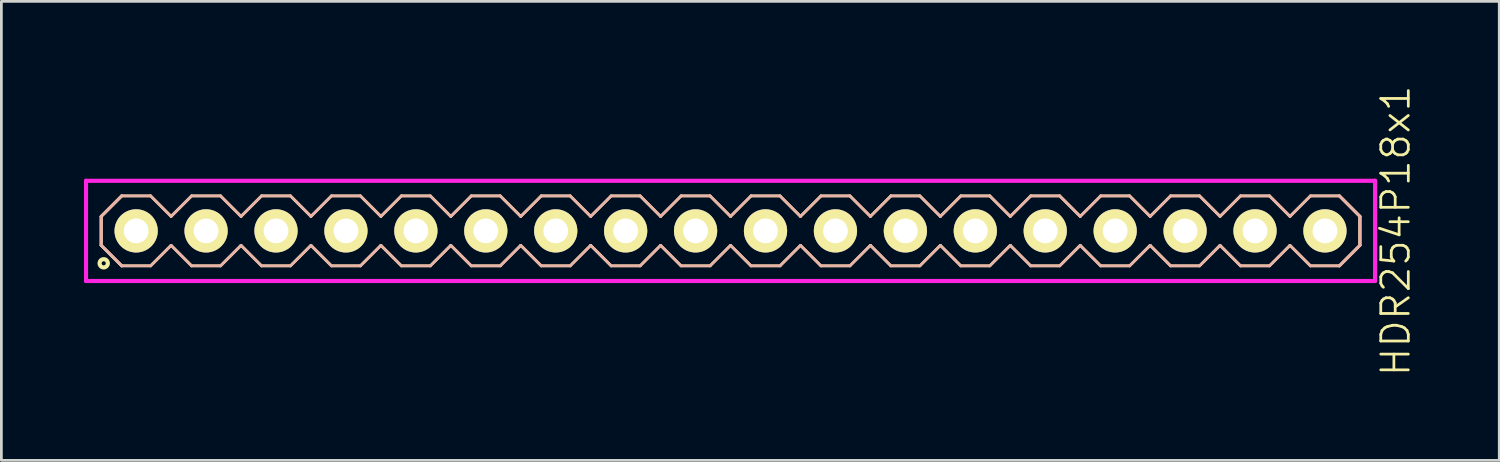
<source format=kicad_pcb>
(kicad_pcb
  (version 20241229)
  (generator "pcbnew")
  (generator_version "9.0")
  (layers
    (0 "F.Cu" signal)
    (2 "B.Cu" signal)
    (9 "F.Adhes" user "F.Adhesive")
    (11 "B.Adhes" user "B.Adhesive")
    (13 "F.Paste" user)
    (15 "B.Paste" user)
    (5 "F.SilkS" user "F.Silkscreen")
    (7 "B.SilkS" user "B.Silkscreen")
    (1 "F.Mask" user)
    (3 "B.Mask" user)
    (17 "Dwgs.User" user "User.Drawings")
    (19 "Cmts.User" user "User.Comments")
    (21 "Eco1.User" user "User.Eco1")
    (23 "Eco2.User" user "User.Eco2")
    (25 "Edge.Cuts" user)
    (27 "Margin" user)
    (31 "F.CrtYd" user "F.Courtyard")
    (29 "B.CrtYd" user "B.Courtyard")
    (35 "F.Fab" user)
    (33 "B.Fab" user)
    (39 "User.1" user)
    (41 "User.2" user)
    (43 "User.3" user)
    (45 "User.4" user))
  (footprint "HDR254P18x1"
    (layer "F.Cu")
    (at 23.485 5.336)
    (property "Reference" "HDR254P18x1" (at 24.16 0 90) (layer "F.SilkS") (effects (font (size 1 1) (thickness 0.1))))
    (attr through_hole)
    (fp_line (start -22.86 -0.526) (end -22.116 -1.27) (stroke (width 0.1) (type solid)) (layer "F.SilkS"))
    (fp_line (start -22.86 -0.526) (end -22.116 -1.27) (stroke (width 0.1) (type solid)) (layer "F.SilkS"))
    (fp_line (start -22.86 0.526) (end -22.86 -0.526) (stroke (width 0.1) (type solid)) (layer "F.SilkS"))
    (fp_line (start -22.86 0.526) (end -22.86 -0.526) (stroke (width 0.1) (type solid)) (layer "F.SilkS"))
    (fp_line (start -22.116 -1.27) (end -21.064 -1.27) (stroke (width 0.1) (type solid)) (layer "F.SilkS"))
    (fp_line (start -22.116 1.27) (end -22.86 0.526) (stroke (width 0.1) (type solid)) (layer "F.SilkS"))
    (fp_line (start -22.116 1.27) (end -22.86 0.526) (stroke (width 0.1) (type solid)) (layer "F.SilkS"))
    (fp_line (start -21.064 -1.27) (end -20.32 -0.526) (stroke (width 0.1) (type solid)) (layer "F.SilkS"))
    (fp_line (start -21.064 1.27) (end -22.116 1.27) (stroke (width 0.1) (type solid)) (layer "F.SilkS"))
    (fp_line (start -20.32 -0.526) (end -19.576 -1.27) (stroke (width 0.1) (type solid)) (layer "F.SilkS"))
    (fp_line (start -20.32 0.526) (end -21.064 1.27) (stroke (width 0.1) (type solid)) (layer "F.SilkS"))
    (fp_line (start -19.576 -1.27) (end -18.524 -1.27) (stroke (width 0.1) (type solid)) (layer "F.SilkS"))
    (fp_line (start -19.576 1.27) (end -20.32 0.526) (stroke (width 0.1) (type solid)) (layer "F.SilkS"))
    (fp_line (start -18.524 -1.27) (end -17.78 -0.526) (stroke (width 0.1) (type solid)) (layer "F.SilkS"))
    (fp_line (start -18.524 1.27) (end -19.576 1.27) (stroke (width 0.1) (type solid)) (layer "F.SilkS"))
    (fp_line (start -17.78 -0.526) (end -17.036 -1.27) (stroke (width 0.1) (type solid)) (layer "F.SilkS"))
    (fp_line (start -17.78 0.526) (end -18.524 1.27) (stroke (width 0.1) (type solid)) (layer "F.SilkS"))
    (fp_line (start -17.036 -1.27) (end -15.984 -1.27) (stroke (width 0.1) (type solid)) (layer "F.SilkS"))
    (fp_line (start -17.036 1.27) (end -17.78 0.526) (stroke (width 0.1) (type solid)) (layer "F.SilkS"))
    (fp_line (start -15.984 -1.27) (end -15.24 -0.526) (stroke (width 0.1) (type solid)) (layer "F.SilkS"))
    (fp_line (start -15.984 1.27) (end -17.036 1.27) (stroke (width 0.1) (type solid)) (layer "F.SilkS"))
    (fp_line (start -15.24 -0.526) (end -14.496 -1.27) (stroke (width 0.1) (type solid)) (layer "F.SilkS"))
    (fp_line (start -15.24 0.526) (end -15.984 1.27) (stroke (width 0.1) (type solid)) (layer "F.SilkS"))
    (fp_line (start -14.496 -1.27) (end -13.444 -1.27) (stroke (width 0.1) (type solid)) (layer "F.SilkS"))
    (fp_line (start -14.496 1.27) (end -15.24 0.526) (stroke (width 0.1) (type solid)) (layer "F.SilkS"))
    (fp_line (start -13.444 -1.27) (end -12.7 -0.526) (stroke (width 0.1) (type solid)) (layer "F.SilkS"))
    (fp_line (start -13.444 1.27) (end -14.496 1.27) (stroke (width 0.1) (type solid)) (layer "F.SilkS"))
    (fp_line (start -12.7 -0.526) (end -11.956 -1.27) (stroke (width 0.1) (type solid)) (layer "F.SilkS"))
    (fp_line (start -12.7 0.526) (end -13.444 1.27) (stroke (width 0.1) (type solid)) (layer "F.SilkS"))
    (fp_line (start -11.956 -1.27) (end -10.904 -1.27) (stroke (width 0.1) (type solid)) (layer "F.SilkS"))
    (fp_line (start -11.956 1.27) (end -12.7 0.526) (stroke (width 0.1) (type solid)) (layer "F.SilkS"))
    (fp_line (start -10.904 -1.27) (end -10.16 -0.526) (stroke (width 0.1) (type solid)) (layer "F.SilkS"))
    (fp_line (start -10.904 1.27) (end -11.956 1.27) (stroke (width 0.1) (type solid)) (layer "F.SilkS"))
    (fp_line (start -10.16 -0.526) (end -9.416 -1.27) (stroke (width 0.1) (type solid)) (layer "F.SilkS"))
    (fp_line (start -10.16 0.526) (end -10.904 1.27) (stroke (width 0.1) (type solid)) (layer "F.SilkS"))
    (fp_line (start -9.416 -1.27) (end -8.364 -1.27) (stroke (width 0.1) (type solid)) (layer "F.SilkS"))
    (fp_line (start -9.416 1.27) (end -10.16 0.526) (stroke (width 0.1) (type solid)) (layer "F.SilkS"))
    (fp_line (start -8.364 -1.27) (end -7.62 -0.526) (stroke (width 0.1) (type solid)) (layer "F.SilkS"))
    (fp_line (start -8.364 1.27) (end -9.416 1.27) (stroke (width 0.1) (type solid)) (layer "F.SilkS"))
    (fp_line (start -7.62 -0.526) (end -6.876 -1.27) (stroke (width 0.1) (type solid)) (layer "F.SilkS"))
    (fp_line (start -7.62 0.526) (end -8.364 1.27) (stroke (width 0.1) (type solid)) (layer "F.SilkS"))
    (fp_line (start -6.876 -1.27) (end -5.824 -1.27) (stroke (width 0.1) (type solid)) (layer "F.SilkS"))
    (fp_line (start -6.876 1.27) (end -7.62 0.526) (stroke (width 0.1) (type solid)) (layer "F.SilkS"))
    (fp_line (start -5.824 -1.27) (end -5.08 -0.526) (stroke (width 0.1) (type solid)) (layer "F.SilkS"))
    (fp_line (start -5.824 1.27) (end -6.876 1.27) (stroke (width 0.1) (type solid)) (layer "F.SilkS"))
    (fp_line (start -5.08 -0.526) (end -4.336 -1.27) (stroke (width 0.1) (type solid)) (layer "F.SilkS"))
    (fp_line (start -5.08 0.526) (end -5.824 1.27) (stroke (width 0.1) (type solid)) (layer "F.SilkS"))
    (fp_line (start -4.336 -1.27) (end -3.284 -1.27) (stroke (width 0.1) (type solid)) (layer "F.SilkS"))
    (fp_line (start -4.336 1.27) (end -5.08 0.526) (stroke (width 0.1) (type solid)) (layer "F.SilkS"))
    (fp_line (start -3.284 -1.27) (end -2.54 -0.526) (stroke (width 0.1) (type solid)) (layer "F.SilkS"))
    (fp_line (start -3.284 1.27) (end -4.336 1.27) (stroke (width 0.1) (type solid)) (layer "F.SilkS"))
    (fp_line (start -2.54 -0.526) (end -1.796 -1.27) (stroke (width 0.1) (type solid)) (layer "F.SilkS"))
    (fp_line (start -2.54 0.526) (end -3.284 1.27) (stroke (width 0.1) (type solid)) (layer "F.SilkS"))
    (fp_line (start -1.796 -1.27) (end -0.744 -1.27) (stroke (width 0.1) (type solid)) (layer "F.SilkS"))
    (fp_line (start -1.796 1.27) (end -2.54 0.526) (stroke (width 0.1) (type solid)) (layer "F.SilkS"))
    (fp_line (start -0.744 -1.27) (end 0 -0.526) (stroke (width 0.1) (type solid)) (layer "F.SilkS"))
    (fp_line (start -0.744 1.27) (end -1.796 1.27) (stroke (width 0.1) (type solid)) (layer "F.SilkS"))
    (fp_line (start 0 -0.526) (end 0.744 -1.27) (stroke (width 0.1) (type solid)) (layer "F.SilkS"))
    (fp_line (start 0 0.526) (end -0.744 1.27) (stroke (width 0.1) (type solid)) (layer "F.SilkS"))
    (fp_line (start 0.744 -1.27) (end 1.796 -1.27) (stroke (width 0.1) (type solid)) (layer "F.SilkS"))
    (fp_line (start 0.744 1.27) (end 0 0.526) (stroke (width 0.1) (type solid)) (layer "F.SilkS"))
    (fp_line (start 1.796 -1.27) (end 2.54 -0.526) (stroke (width 0.1) (type solid)) (layer "F.SilkS"))
    (fp_line (start 1.796 1.27) (end 0.744 1.27) (stroke (width 0.1) (type solid)) (layer "F.SilkS"))
    (fp_line (start 2.54 -0.526) (end 3.284 -1.27) (stroke (width 0.1) (type solid)) (layer "F.SilkS"))
    (fp_line (start 2.54 0.526) (end 1.796 1.27) (stroke (width 0.1) (type solid)) (layer "F.SilkS"))
    (fp_line (start 3.284 -1.27) (end 4.336 -1.27) (stroke (width 0.1) (type solid)) (layer "F.SilkS"))
    (fp_line (start 3.284 1.27) (end 2.54 0.526) (stroke (width 0.1) (type solid)) (layer "F.SilkS"))
    (fp_line (start 4.336 -1.27) (end 5.08 -0.526) (stroke (width 0.1) (type solid)) (layer "F.SilkS"))
    (fp_line (start 4.336 1.27) (end 3.284 1.27) (stroke (width 0.1) (type solid)) (layer "F.SilkS"))
    (fp_line (start 5.08 -0.526) (end 5.824 -1.27) (stroke (width 0.1) (type solid)) (layer "F.SilkS"))
    (fp_line (start 5.08 0.526) (end 4.336 1.27) (stroke (width 0.1) (type solid)) (layer "F.SilkS"))
    (fp_line (start 5.824 -1.27) (end 6.876 -1.27) (stroke (width 0.1) (type solid)) (layer "F.SilkS"))
    (fp_line (start 5.824 1.27) (end 5.08 0.526) (stroke (width 0.1) (type solid)) (layer "F.SilkS"))
    (fp_line (start 6.876 -1.27) (end 7.62 -0.526) (stroke (width 0.1) (type solid)) (layer "F.SilkS"))
    (fp_line (start 6.876 1.27) (end 5.824 1.27) (stroke (width 0.1) (type solid)) (layer "F.SilkS"))
    (fp_line (start 7.62 -0.526) (end 8.364 -1.27) (stroke (width 0.1) (type solid)) (layer "F.SilkS"))
    (fp_line (start 7.62 0.526) (end 6.876 1.27) (stroke (width 0.1) (type solid)) (layer "F.SilkS"))
    (fp_line (start 8.364 -1.27) (end 9.416 -1.27) (stroke (width 0.1) (type solid)) (layer "F.SilkS"))
    (fp_line (start 8.364 1.27) (end 7.62 0.526) (stroke (width 0.1) (type solid)) (layer "F.SilkS"))
    (fp_line (start 9.416 -1.27) (end 10.16 -0.526) (stroke (width 0.1) (type solid)) (layer "F.SilkS"))
    (fp_line (start 9.416 1.27) (end 8.364 1.27) (stroke (width 0.1) (type solid)) (layer "F.SilkS"))
    (fp_line (start 10.16 -0.526) (end 10.904 -1.27) (stroke (width 0.1) (type solid)) (layer "F.SilkS"))
    (fp_line (start 10.16 0.526) (end 9.416 1.27) (stroke (width 0.1) (type solid)) (layer "F.SilkS"))
    (fp_line (start 10.904 -1.27) (end 11.956 -1.27) (stroke (width 0.1) (type solid)) (layer "F.SilkS"))
    (fp_line (start 10.904 1.27) (end 10.16 0.526) (stroke (width 0.1) (type solid)) (layer "F.SilkS"))
    (fp_line (start 11.956 -1.27) (end 12.7 -0.526) (stroke (width 0.1) (type solid)) (layer "F.SilkS"))
    (fp_line (start 11.956 1.27) (end 10.904 1.27) (stroke (width 0.1) (type solid)) (layer "F.SilkS"))
    (fp_line (start 12.7 -0.526) (end 13.444 -1.27) (stroke (width 0.1) (type solid)) (layer "F.SilkS"))
    (fp_line (start 12.7 0.526) (end 11.956 1.27) (stroke (width 0.1) (type solid)) (layer "F.SilkS"))
    (fp_line (start 13.444 -1.27) (end 14.496 -1.27) (stroke (width 0.1) (type solid)) (layer "F.SilkS"))
    (fp_line (start 13.444 1.27) (end 12.7 0.526) (stroke (width 0.1) (type solid)) (layer "F.SilkS"))
    (fp_line (start 14.496 -1.27) (end 15.24 -0.526) (stroke (width 0.1) (type solid)) (layer "F.SilkS"))
    (fp_line (start 14.496 1.27) (end 13.444 1.27) (stroke (width 0.1) (type solid)) (layer "F.SilkS"))
    (fp_line (start 15.24 -0.526) (end 15.984 -1.27) (stroke (width 0.1) (type solid)) (layer "F.SilkS"))
    (fp_line (start 15.24 0.526) (end 14.496 1.27) (stroke (width 0.1) (type solid)) (layer "F.SilkS"))
    (fp_line (start 15.984 -1.27) (end 17.036 -1.27) (stroke (width 0.1) (type solid)) (layer "F.SilkS"))
    (fp_line (start 15.984 1.27) (end 15.24 0.526) (stroke (width 0.1) (type solid)) (layer "F.SilkS"))
    (fp_line (start 17.036 -1.27) (end 17.78 -0.526) (stroke (width 0.1) (type solid)) (layer "F.SilkS"))
    (fp_line (start 17.036 1.27) (end 15.984 1.27) (stroke (width 0.1) (type solid)) (layer "F.SilkS"))
    (fp_line (start 17.78 -0.526) (end 18.524 -1.27) (stroke (width 0.1) (type solid)) (layer "F.SilkS"))
    (fp_line (start 17.78 0.526) (end 17.036 1.27) (stroke (width 0.1) (type solid)) (layer "F.SilkS"))
    (fp_line (start 18.524 -1.27) (end 19.576 -1.27) (stroke (width 0.1) (type solid)) (layer "F.SilkS"))
    (fp_line (start 18.524 1.27) (end 17.78 0.526) (stroke (width 0.1) (type solid)) (layer "F.SilkS"))
    (fp_line (start 19.576 -1.27) (end 20.32 -0.526) (stroke (width 0.1) (type solid)) (layer "F.SilkS"))
    (fp_line (start 19.576 1.27) (end 18.524 1.27) (stroke (width 0.1) (type solid)) (layer "F.SilkS"))
    (fp_line (start 20.32 -0.526) (end 21.064 -1.27) (stroke (width 0.1) (type solid)) (layer "F.SilkS"))
    (fp_line (start 20.32 0.526) (end 19.576 1.27) (stroke (width 0.1) (type solid)) (layer "F.SilkS"))
    (fp_line (start 21.064 -1.27) (end 22.116 -1.27) (stroke (width 0.1) (type solid)) (layer "F.SilkS"))
    (fp_line (start 21.064 1.27) (end 20.32 0.526) (stroke (width 0.1) (type solid)) (layer "F.SilkS"))
    (fp_line (start 22.116 -1.27) (end 22.86 -0.526) (stroke (width 0.1) (type solid)) (layer "F.SilkS"))
    (fp_line (start 22.116 -1.27) (end 22.86 -0.526) (stroke (width 0.1) (type solid)) (layer "F.SilkS"))
    (fp_line (start 22.116 1.27) (end 21.064 1.27) (stroke (width 0.1) (type solid)) (layer "F.SilkS"))
    (fp_line (start 22.86 -0.526) (end 22.86 0.526) (stroke (width 0.1) (type solid)) (layer "F.SilkS"))
    (fp_line (start 22.86 -0.526) (end 22.86 0.526) (stroke (width 0.1) (type solid)) (layer "F.SilkS"))
    (fp_line (start 22.86 0.526) (end 22.116 1.27) (stroke (width 0.1) (type solid)) (layer "F.SilkS"))
    (fp_line (start 22.86 0.526) (end 22.116 1.27) (stroke (width 0.1) (type solid)) (layer "F.SilkS"))
    (fp_circle (center -22.768 1.178) (end -22.618 1.178) (stroke (width 0.15) (type solid)) (fill no) (layer "F.SilkS"))
    (fp_line (start -22.86 -0.526) (end -22.116 -1.27) (stroke (width 0.1) (type solid)) (layer "B.SilkS"))
    (fp_line (start -22.86 -0.526) (end -22.116 -1.27) (stroke (width 0.1) (type solid)) (layer "B.SilkS"))
    (fp_line (start -22.86 0.526) (end -22.86 -0.526) (stroke (width 0.1) (type solid)) (layer "B.SilkS"))
    (fp_line (start -22.86 0.526) (end -22.86 -0.526) (stroke (width 0.1) (type solid)) (layer "B.SilkS"))
    (fp_line (start -22.116 -1.27) (end -21.064 -1.27) (stroke (width 0.1) (type solid)) (layer "B.SilkS"))
    (fp_line (start -22.116 1.27) (end -22.86 0.526) (stroke (width 0.1) (type solid)) (layer "B.SilkS"))
    (fp_line (start -22.116 1.27) (end -22.86 0.526) (stroke (width 0.1) (type solid)) (layer "B.SilkS"))
    (fp_line (start -21.064 -1.27) (end -20.32 -0.526) (stroke (width 0.1) (type solid)) (layer "B.SilkS"))
    (fp_line (start -21.064 1.27) (end -22.116 1.27) (stroke (width 0.1) (type solid)) (layer "B.SilkS"))
    (fp_line (start -20.32 -0.526) (end -19.576 -1.27) (stroke (width 0.1) (type solid)) (layer "B.SilkS"))
    (fp_line (start -20.32 0.526) (end -21.064 1.27) (stroke (width 0.1) (type solid)) (layer "B.SilkS"))
    (fp_line (start -19.576 -1.27) (end -18.524 -1.27) (stroke (width 0.1) (type solid)) (layer "B.SilkS"))
    (fp_line (start -19.576 1.27) (end -20.32 0.526) (stroke (width 0.1) (type solid)) (layer "B.SilkS"))
    (fp_line (start -18.524 -1.27) (end -17.78 -0.526) (stroke (width 0.1) (type solid)) (layer "B.SilkS"))
    (fp_line (start -18.524 1.27) (end -19.576 1.27) (stroke (width 0.1) (type solid)) (layer "B.SilkS"))
    (fp_line (start -17.78 -0.526) (end -17.036 -1.27) (stroke (width 0.1) (type solid)) (layer "B.SilkS"))
    (fp_line (start -17.78 0.526) (end -18.524 1.27) (stroke (width 0.1) (type solid)) (layer "B.SilkS"))
    (fp_line (start -17.036 -1.27) (end -15.984 -1.27) (stroke (width 0.1) (type solid)) (layer "B.SilkS"))
    (fp_line (start -17.036 1.27) (end -17.78 0.526) (stroke (width 0.1) (type solid)) (layer "B.SilkS"))
    (fp_line (start -15.984 -1.27) (end -15.24 -0.526) (stroke (width 0.1) (type solid)) (layer "B.SilkS"))
    (fp_line (start -15.984 1.27) (end -17.036 1.27) (stroke (width 0.1) (type solid)) (layer "B.SilkS"))
    (fp_line (start -15.24 -0.526) (end -14.496 -1.27) (stroke (width 0.1) (type solid)) (layer "B.SilkS"))
    (fp_line (start -15.24 0.526) (end -15.984 1.27) (stroke (width 0.1) (type solid)) (layer "B.SilkS"))
    (fp_line (start -14.496 -1.27) (end -13.444 -1.27) (stroke (width 0.1) (type solid)) (layer "B.SilkS"))
    (fp_line (start -14.496 1.27) (end -15.24 0.526) (stroke (width 0.1) (type solid)) (layer "B.SilkS"))
    (fp_line (start -13.444 -1.27) (end -12.7 -0.526) (stroke (width 0.1) (type solid)) (layer "B.SilkS"))
    (fp_line (start -13.444 1.27) (end -14.496 1.27) (stroke (width 0.1) (type solid)) (layer "B.SilkS"))
    (fp_line (start -12.7 -0.526) (end -11.956 -1.27) (stroke (width 0.1) (type solid)) (layer "B.SilkS"))
    (fp_line (start -12.7 0.526) (end -13.444 1.27) (stroke (width 0.1) (type solid)) (layer "B.SilkS"))
    (fp_line (start -11.956 -1.27) (end -10.904 -1.27) (stroke (width 0.1) (type solid)) (layer "B.SilkS"))
    (fp_line (start -11.956 1.27) (end -12.7 0.526) (stroke (width 0.1) (type solid)) (layer "B.SilkS"))
    (fp_line (start -10.904 -1.27) (end -10.16 -0.526) (stroke (width 0.1) (type solid)) (layer "B.SilkS"))
    (fp_line (start -10.904 1.27) (end -11.956 1.27) (stroke (width 0.1) (type solid)) (layer "B.SilkS"))
    (fp_line (start -10.16 -0.526) (end -9.416 -1.27) (stroke (width 0.1) (type solid)) (layer "B.SilkS"))
    (fp_line (start -10.16 0.526) (end -10.904 1.27) (stroke (width 0.1) (type solid)) (layer "B.SilkS"))
    (fp_line (start -9.416 -1.27) (end -8.364 -1.27) (stroke (width 0.1) (type solid)) (layer "B.SilkS"))
    (fp_line (start -9.416 1.27) (end -10.16 0.526) (stroke (width 0.1) (type solid)) (layer "B.SilkS"))
    (fp_line (start -8.364 -1.27) (end -7.62 -0.526) (stroke (width 0.1) (type solid)) (layer "B.SilkS"))
    (fp_line (start -8.364 1.27) (end -9.416 1.27) (stroke (width 0.1) (type solid)) (layer "B.SilkS"))
    (fp_line (start -7.62 -0.526) (end -6.876 -1.27) (stroke (width 0.1) (type solid)) (layer "B.SilkS"))
    (fp_line (start -7.62 0.526) (end -8.364 1.27) (stroke (width 0.1) (type solid)) (layer "B.SilkS"))
    (fp_line (start -6.876 -1.27) (end -5.824 -1.27) (stroke (width 0.1) (type solid)) (layer "B.SilkS"))
    (fp_line (start -6.876 1.27) (end -7.62 0.526) (stroke (width 0.1) (type solid)) (layer "B.SilkS"))
    (fp_line (start -5.824 -1.27) (end -5.08 -0.526) (stroke (width 0.1) (type solid)) (layer "B.SilkS"))
    (fp_line (start -5.824 1.27) (end -6.876 1.27) (stroke (width 0.1) (type solid)) (layer "B.SilkS"))
    (fp_line (start -5.08 -0.526) (end -4.336 -1.27) (stroke (width 0.1) (type solid)) (layer "B.SilkS"))
    (fp_line (start -5.08 0.526) (end -5.824 1.27) (stroke (width 0.1) (type solid)) (layer "B.SilkS"))
    (fp_line (start -4.336 -1.27) (end -3.284 -1.27) (stroke (width 0.1) (type solid)) (layer "B.SilkS"))
    (fp_line (start -4.336 1.27) (end -5.08 0.526) (stroke (width 0.1) (type solid)) (layer "B.SilkS"))
    (fp_line (start -3.284 -1.27) (end -2.54 -0.526) (stroke (width 0.1) (type solid)) (layer "B.SilkS"))
    (fp_line (start -3.284 1.27) (end -4.336 1.27) (stroke (width 0.1) (type solid)) (layer "B.SilkS"))
    (fp_line (start -2.54 -0.526) (end -1.796 -1.27) (stroke (width 0.1) (type solid)) (layer "B.SilkS"))
    (fp_line (start -2.54 0.526) (end -3.284 1.27) (stroke (width 0.1) (type solid)) (layer "B.SilkS"))
    (fp_line (start -1.796 -1.27) (end -0.744 -1.27) (stroke (width 0.1) (type solid)) (layer "B.SilkS"))
    (fp_line (start -1.796 1.27) (end -2.54 0.526) (stroke (width 0.1) (type solid)) (layer "B.SilkS"))
    (fp_line (start -0.744 -1.27) (end 0 -0.526) (stroke (width 0.1) (type solid)) (layer "B.SilkS"))
    (fp_line (start -0.744 1.27) (end -1.796 1.27) (stroke (width 0.1) (type solid)) (layer "B.SilkS"))
    (fp_line (start 0 -0.526) (end 0.744 -1.27) (stroke (width 0.1) (type solid)) (layer "B.SilkS"))
    (fp_line (start 0 0.526) (end -0.744 1.27) (stroke (width 0.1) (type solid)) (layer "B.SilkS"))
    (fp_line (start 0.744 -1.27) (end 1.796 -1.27) (stroke (width 0.1) (type solid)) (layer "B.SilkS"))
    (fp_line (start 0.744 1.27) (end 0 0.526) (stroke (width 0.1) (type solid)) (layer "B.SilkS"))
    (fp_line (start 1.796 -1.27) (end 2.54 -0.526) (stroke (width 0.1) (type solid)) (layer "B.SilkS"))
    (fp_line (start 1.796 1.27) (end 0.744 1.27) (stroke (width 0.1) (type solid)) (layer "B.SilkS"))
    (fp_line (start 2.54 -0.526) (end 3.284 -1.27) (stroke (width 0.1) (type solid)) (layer "B.SilkS"))
    (fp_line (start 2.54 0.526) (end 1.796 1.27) (stroke (width 0.1) (type solid)) (layer "B.SilkS"))
    (fp_line (start 3.284 -1.27) (end 4.336 -1.27) (stroke (width 0.1) (type solid)) (layer "B.SilkS"))
    (fp_line (start 3.284 1.27) (end 2.54 0.526) (stroke (width 0.1) (type solid)) (layer "B.SilkS"))
    (fp_line (start 4.336 -1.27) (end 5.08 -0.526) (stroke (width 0.1) (type solid)) (layer "B.SilkS"))
    (fp_line (start 4.336 1.27) (end 3.284 1.27) (stroke (width 0.1) (type solid)) (layer "B.SilkS"))
    (fp_line (start 5.08 -0.526) (end 5.824 -1.27) (stroke (width 0.1) (type solid)) (layer "B.SilkS"))
    (fp_line (start 5.08 0.526) (end 4.336 1.27) (stroke (width 0.1) (type solid)) (layer "B.SilkS"))
    (fp_line (start 5.824 -1.27) (end 6.876 -1.27) (stroke (width 0.1) (type solid)) (layer "B.SilkS"))
    (fp_line (start 5.824 1.27) (end 5.08 0.526) (stroke (width 0.1) (type solid)) (layer "B.SilkS"))
    (fp_line (start 6.876 -1.27) (end 7.62 -0.526) (stroke (width 0.1) (type solid)) (layer "B.SilkS"))
    (fp_line (start 6.876 1.27) (end 5.824 1.27) (stroke (width 0.1) (type solid)) (layer "B.SilkS"))
    (fp_line (start 7.62 -0.526) (end 8.364 -1.27) (stroke (width 0.1) (type solid)) (layer "B.SilkS"))
    (fp_line (start 7.62 0.526) (end 6.876 1.27) (stroke (width 0.1) (type solid)) (layer "B.SilkS"))
    (fp_line (start 8.364 -1.27) (end 9.416 -1.27) (stroke (width 0.1) (type solid)) (layer "B.SilkS"))
    (fp_line (start 8.364 1.27) (end 7.62 0.526) (stroke (width 0.1) (type solid)) (layer "B.SilkS"))
    (fp_line (start 9.416 -1.27) (end 10.16 -0.526) (stroke (width 0.1) (type solid)) (layer "B.SilkS"))
    (fp_line (start 9.416 1.27) (end 8.364 1.27) (stroke (width 0.1) (type solid)) (layer "B.SilkS"))
    (fp_line (start 10.16 -0.526) (end 10.904 -1.27) (stroke (width 0.1) (type solid)) (layer "B.SilkS"))
    (fp_line (start 10.16 0.526) (end 9.416 1.27) (stroke (width 0.1) (type solid)) (layer "B.SilkS"))
    (fp_line (start 10.904 -1.27) (end 11.956 -1.27) (stroke (width 0.1) (type solid)) (layer "B.SilkS"))
    (fp_line (start 10.904 1.27) (end 10.16 0.526) (stroke (width 0.1) (type solid)) (layer "B.SilkS"))
    (fp_line (start 11.956 -1.27) (end 12.7 -0.526) (stroke (width 0.1) (type solid)) (layer "B.SilkS"))
    (fp_line (start 11.956 1.27) (end 10.904 1.27) (stroke (width 0.1) (type solid)) (layer "B.SilkS"))
    (fp_line (start 12.7 -0.526) (end 13.444 -1.27) (stroke (width 0.1) (type solid)) (layer "B.SilkS"))
    (fp_line (start 12.7 0.526) (end 11.956 1.27) (stroke (width 0.1) (type solid)) (layer "B.SilkS"))
    (fp_line (start 13.444 -1.27) (end 14.496 -1.27) (stroke (width 0.1) (type solid)) (layer "B.SilkS"))
    (fp_line (start 13.444 1.27) (end 12.7 0.526) (stroke (width 0.1) (type solid)) (layer "B.SilkS"))
    (fp_line (start 14.496 -1.27) (end 15.24 -0.526) (stroke (width 0.1) (type solid)) (layer "B.SilkS"))
    (fp_line (start 14.496 1.27) (end 13.444 1.27) (stroke (width 0.1) (type solid)) (layer "B.SilkS"))
    (fp_line (start 15.24 -0.526) (end 15.984 -1.27) (stroke (width 0.1) (type solid)) (layer "B.SilkS"))
    (fp_line (start 15.24 0.526) (end 14.496 1.27) (stroke (width 0.1) (type solid)) (layer "B.SilkS"))
    (fp_line (start 15.984 -1.27) (end 17.036 -1.27) (stroke (width 0.1) (type solid)) (layer "B.SilkS"))
    (fp_line (start 15.984 1.27) (end 15.24 0.526) (stroke (width 0.1) (type solid)) (layer "B.SilkS"))
    (fp_line (start 17.036 -1.27) (end 17.78 -0.526) (stroke (width 0.1) (type solid)) (layer "B.SilkS"))
    (fp_line (start 17.036 1.27) (end 15.984 1.27) (stroke (width 0.1) (type solid)) (layer "B.SilkS"))
    (fp_line (start 17.78 -0.526) (end 18.524 -1.27) (stroke (width 0.1) (type solid)) (layer "B.SilkS"))
    (fp_line (start 17.78 0.526) (end 17.036 1.27) (stroke (width 0.1) (type solid)) (layer "B.SilkS"))
    (fp_line (start 18.524 -1.27) (end 19.576 -1.27) (stroke (width 0.1) (type solid)) (layer "B.SilkS"))
    (fp_line (start 18.524 1.27) (end 17.78 0.526) (stroke (width 0.1) (type solid)) (layer "B.SilkS"))
    (fp_line (start 19.576 -1.27) (end 20.32 -0.526) (stroke (width 0.1) (type solid)) (layer "B.SilkS"))
    (fp_line (start 19.576 1.27) (end 18.524 1.27) (stroke (width 0.1) (type solid)) (layer "B.SilkS"))
    (fp_line (start 20.32 -0.526) (end 21.064 -1.27) (stroke (width 0.1) (type solid)) (layer "B.SilkS"))
    (fp_line (start 20.32 0.526) (end 19.576 1.27) (stroke (width 0.1) (type solid)) (layer "B.SilkS"))
    (fp_line (start 21.064 -1.27) (end 22.116 -1.27) (stroke (width 0.1) (type solid)) (layer "B.SilkS"))
    (fp_line (start 21.064 1.27) (end 20.32 0.526) (stroke (width 0.1) (type solid)) (layer "B.SilkS"))
    (fp_line (start 22.116 -1.27) (end 22.86 -0.526) (stroke (width 0.1) (type solid)) (layer "B.SilkS"))
    (fp_line (start 22.116 -1.27) (end 22.86 -0.526) (stroke (width 0.1) (type solid)) (layer "B.SilkS"))
    (fp_line (start 22.116 1.27) (end 21.064 1.27) (stroke (width 0.1) (type solid)) (layer "B.SilkS"))
    (fp_line (start 22.86 -0.526) (end 22.86 0.526) (stroke (width 0.1) (type solid)) (layer "B.SilkS"))
    (fp_line (start 22.86 -0.526) (end 22.86 0.526) (stroke (width 0.1) (type solid)) (layer "B.SilkS"))
    (fp_line (start 22.86 0.526) (end 22.116 1.27) (stroke (width 0.1) (type solid)) (layer "B.SilkS"))
    (fp_line (start 22.86 0.526) (end 22.116 1.27) (stroke (width 0.1) (type solid)) (layer "B.SilkS"))
    (fp_line (start -23.41 -1.82) (end -23.41 1.82) (stroke (width 0.15) (type solid)) (layer "F.CrtYd"))
    (fp_line (start -23.41 1.82) (end 23.41 1.82) (stroke (width 0.15) (type solid)) (layer "F.CrtYd"))
    (fp_line (start 23.41 -1.82) (end -23.41 -1.82) (stroke (width 0.15) (type solid)) (layer "F.CrtYd"))
    (fp_line (start 23.41 1.82) (end 23.41 -1.82) (stroke (width 0.15) (type solid)) (layer "F.CrtYd"))
    (pad "1" thru_hole oval (at -21.59 0) (size 1.57 1.57) (drill 0.9) (layers "*.Cu" "*.Mask" "F.SilkS"))
    (pad "2" thru_hole oval (at -19.05 0) (size 1.57 1.57) (drill 0.9) (layers "*.Cu" "*.Mask" "F.SilkS"))
    (pad "3" thru_hole oval (at -16.51 0) (size 1.57 1.57) (drill 0.9) (layers "*.Cu" "*.Mask" "F.SilkS"))
    (pad "4" thru_hole oval (at -13.97 0) (size 1.57 1.57) (drill 0.9) (layers "*.Cu" "*.Mask" "F.SilkS"))
    (pad "5" thru_hole oval (at -11.43 0) (size 1.57 1.57) (drill 0.9) (layers "*.Cu" "*.Mask" "F.SilkS"))
    (pad "6" thru_hole oval (at -8.89 0) (size 1.57 1.57) (drill 0.9) (layers "*.Cu" "*.Mask" "F.SilkS"))
    (pad "7" thru_hole oval (at -6.35 0) (size 1.57 1.57) (drill 0.9) (layers "*.Cu" "*.Mask" "F.SilkS"))
    (pad "8" thru_hole oval (at -3.81 0) (size 1.57 1.57) (drill 0.9) (layers "*.Cu" "*.Mask" "F.SilkS"))
    (pad "9" thru_hole oval (at -1.27 0) (size 1.57 1.57) (drill 0.9) (layers "*.Cu" "*.Mask" "F.SilkS"))
    (pad "10" thru_hole oval (at 1.27 0) (size 1.57 1.57) (drill 0.9) (layers "*.Cu" "*.Mask" "F.SilkS"))
    (pad "11" thru_hole oval (at 3.81 0) (size 1.57 1.57) (drill 0.9) (layers "*.Cu" "*.Mask" "F.SilkS"))
    (pad "12" thru_hole oval (at 6.35 0) (size 1.57 1.57) (drill 0.9) (layers "*.Cu" "*.Mask" "F.SilkS"))
    (pad "13" thru_hole oval (at 8.89 0) (size 1.57 1.57) (drill 0.9) (layers "*.Cu" "*.Mask" "F.SilkS"))
    (pad "14" thru_hole oval (at 11.43 0) (size 1.57 1.57) (drill 0.9) (layers "*.Cu" "*.Mask" "F.SilkS"))
    (pad "15" thru_hole oval (at 13.97 0) (size 1.57 1.57) (drill 0.9) (layers "*.Cu" "*.Mask" "F.SilkS"))
    (pad "16" thru_hole oval (at 16.51 0) (size 1.57 1.57) (drill 0.9) (layers "*.Cu" "*.Mask" "F.SilkS"))
    (pad "17" thru_hole oval (at 19.05 0) (size 1.57 1.57) (drill 0.9) (layers "*.Cu" "*.Mask" "F.SilkS"))
    (pad "18" thru_hole oval (at 21.59 0) (size 1.57 1.57) (drill 0.9) (layers "*.Cu" "*.Mask" "F.SilkS")))
  (gr_rect
    (start -3 -3)
    (end 51.406 13.671)
    (stroke (width 0.1) (type default))
    (fill no)
    (layer "Edge.Cuts")))
</source>
